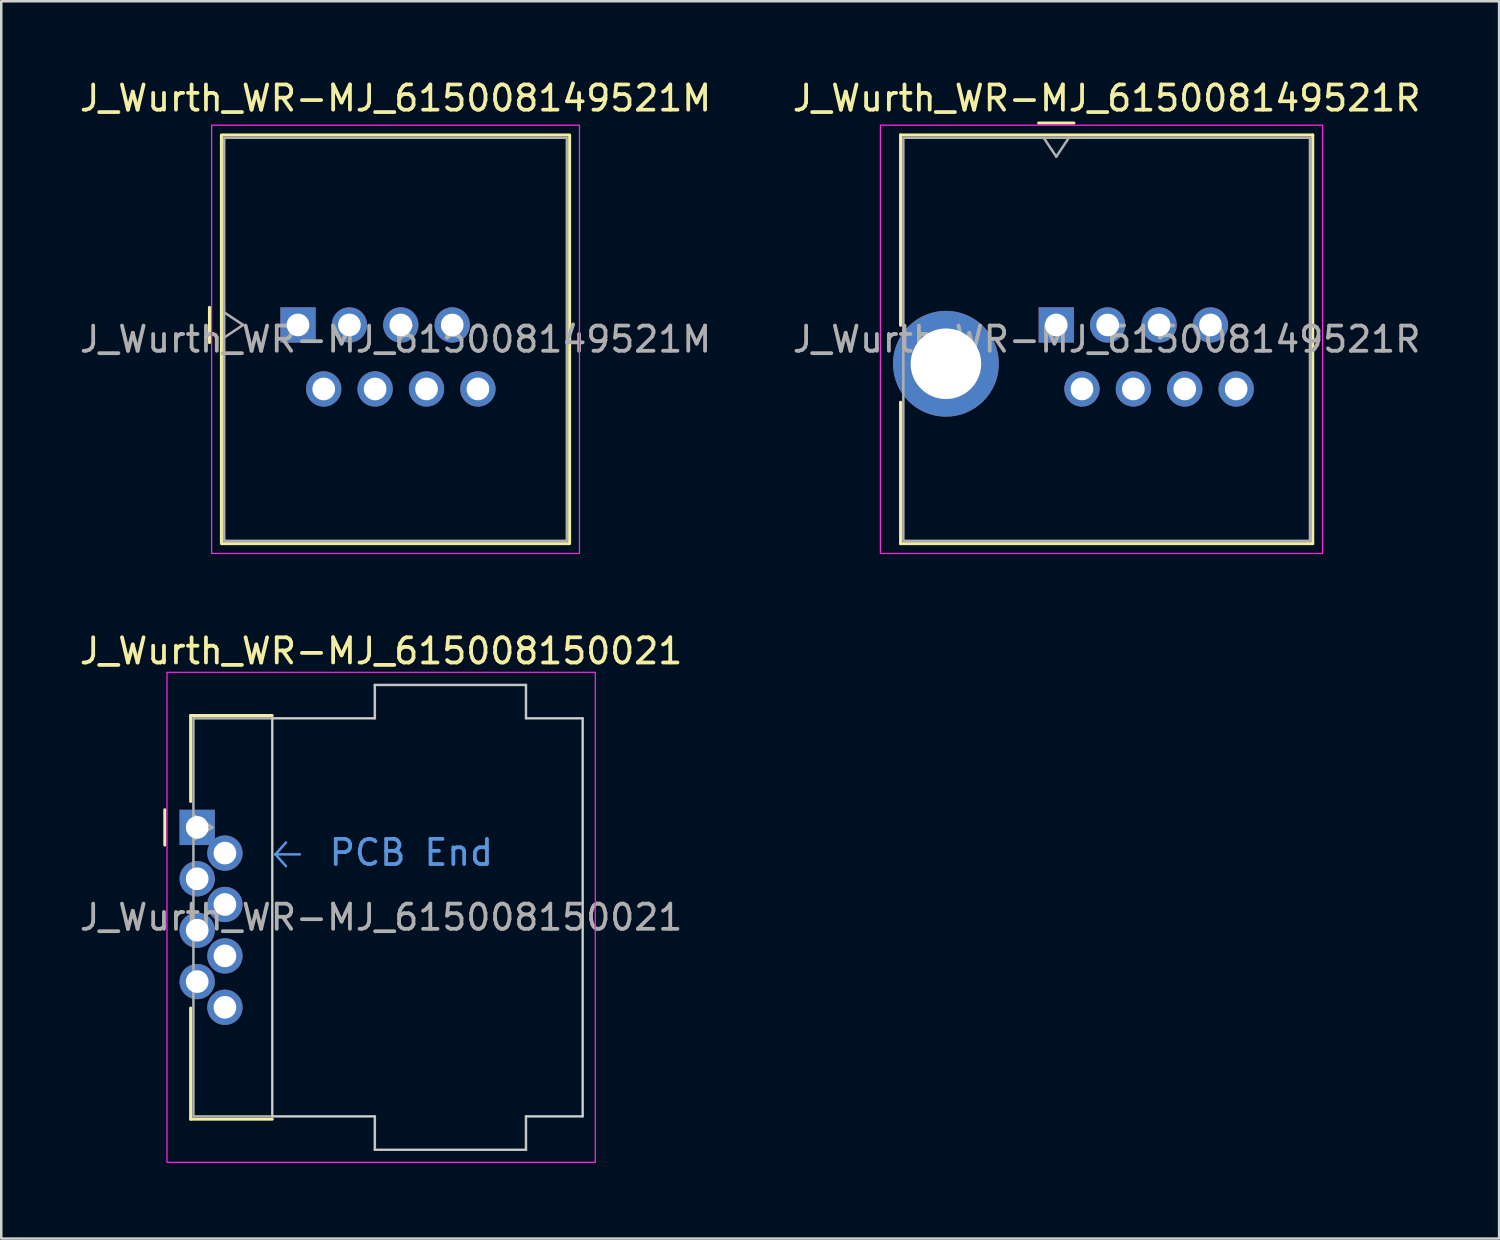
<source format=kicad_pcb>
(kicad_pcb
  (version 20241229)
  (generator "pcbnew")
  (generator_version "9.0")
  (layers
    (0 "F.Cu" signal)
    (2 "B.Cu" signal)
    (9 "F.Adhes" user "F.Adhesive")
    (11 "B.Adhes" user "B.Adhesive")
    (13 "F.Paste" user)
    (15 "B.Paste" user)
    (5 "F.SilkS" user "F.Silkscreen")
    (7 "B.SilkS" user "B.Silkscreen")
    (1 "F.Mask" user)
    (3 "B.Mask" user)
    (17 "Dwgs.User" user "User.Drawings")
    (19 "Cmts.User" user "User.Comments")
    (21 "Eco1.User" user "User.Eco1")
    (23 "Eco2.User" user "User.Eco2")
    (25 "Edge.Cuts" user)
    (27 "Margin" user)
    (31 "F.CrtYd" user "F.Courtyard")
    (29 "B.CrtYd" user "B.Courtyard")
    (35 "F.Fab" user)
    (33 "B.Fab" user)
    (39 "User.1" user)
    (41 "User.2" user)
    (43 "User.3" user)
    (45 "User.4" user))
  (footprint "J_Wurth_WR-MJ_615008149521M"
    (layer "F.Cu")
    (at 8.779 9.848)
    (property "Reference" "J_Wurth_WR-MJ_615008149521M" (at 3.87 -9 0) (unlocked yes) (layer "F.SilkS") (effects (font (size 1 1) (thickness 0.15))))
    (attr through_hole)
    (fp_line (start -3.515 -0.7) (end -3.515 0.7) (stroke (width 0.12) (type solid)) (layer "F.SilkS"))
    (fp_rect (start -3.04 -7.54) (end 10.78 8.68) (stroke (width 0.12) (type solid)) (fill no) (layer "F.SilkS"))
    (fp_rect (start -3.43 -7.93) (end 11.17 9.07) (stroke (width 0.05) (type default)) (fill no) (layer "F.CrtYd"))
    (fp_line (start -2.18 0) (end -2.93 -0.5) (stroke (width 0.1) (type solid)) (layer "F.Fab"))
    (fp_line (start -2.18 0) (end -2.93 0.5) (stroke (width 0.1) (type solid)) (layer "F.Fab"))
    (fp_rect (start -2.93 -7.43) (end 10.67 8.57) (stroke (width 0.1) (type solid)) (fill no) (layer "F.Fab"))
    (fp_text user "${REFERENCE}" (at 3.87 0.57 0) (unlocked yes) (layer "F.Fab") (effects (font (size 1 1) (thickness 0.15))))
    (pad "1" thru_hole rect (at 0 0 180) (size 1.4 1.4) (drill 0.9) (layers "*.Cu" "*.Mask"))
    (pad "2" thru_hole circle (at 1.02 2.54 180) (size 1.4 1.4) (drill 0.9) (layers "*.Cu" "*.Mask"))
    (pad "3" thru_hole circle (at 2.04 0 180) (size 1.4 1.4) (drill 0.9) (layers "*.Cu" "*.Mask"))
    (pad "4" thru_hole circle (at 3.06 2.54 180) (size 1.4 1.4) (drill 0.9) (layers "*.Cu" "*.Mask"))
    (pad "5" thru_hole circle (at 4.08 0 180) (size 1.4 1.4) (drill 0.9) (layers "*.Cu" "*.Mask"))
    (pad "6" thru_hole circle (at 5.1 2.54 180) (size 1.4 1.4) (drill 0.9) (layers "*.Cu" "*.Mask"))
    (pad "7" thru_hole circle (at 6.12 0 180) (size 1.4 1.4) (drill 0.9) (layers "*.Cu" "*.Mask"))
    (pad "8" thru_hole circle (at 7.14 2.54 180) (size 1.4 1.4) (drill 0.9) (layers "*.Cu" "*.Mask")))
  (footprint "J_Wurth_WR-MJ_615008149521R"
    (layer "F.Cu")
    (at 38.875 9.848)
    (property "Reference" "J_Wurth_WR-MJ_615008149521R" (at 2 -9 0) (unlocked yes) (layer "F.SilkS") (effects (font (size 1 1) (thickness 0.15))))
    (attr through_hole)
    (fp_line (start -6.18 0.014) (end -6.18 -7.54) (stroke (width 0.12) (type solid)) (layer "F.SilkS"))
    (fp_line (start -6.18 3.066) (end -6.18 8.68) (stroke (width 0.12) (type solid)) (layer "F.SilkS"))
    (fp_line (start 0.7 -8.015) (end -0.7 -8.015) (stroke (width 0.12) (type solid)) (layer "F.SilkS"))
    (fp_line (start 10.18 -7.54) (end -6.18 -7.54) (stroke (width 0.12) (type solid)) (layer "F.SilkS"))
    (fp_line (start 10.18 8.68) (end -6.18 8.68) (stroke (width 0.12) (type solid)) (layer "F.SilkS"))
    (fp_line (start 10.18 8.68) (end 10.18 -7.54) (stroke (width 0.12) (type solid)) (layer "F.SilkS"))
    (fp_rect (start -6.98 -7.93) (end 10.57 9.07) (stroke (width 0.05) (type solid)) (fill no) (layer "F.CrtYd"))
    (fp_line (start 0 -6.68) (end -0.5 -7.43) (stroke (width 0.1) (type solid)) (layer "F.Fab"))
    (fp_line (start 0 -6.68) (end 0.5 -7.43) (stroke (width 0.1) (type solid)) (layer "F.Fab"))
    (fp_rect (start -6.07 -7.43) (end 10.07 8.57) (stroke (width 0.1) (type solid)) (fill no) (layer "F.Fab"))
    (fp_text user "${REFERENCE}" (at 2 0.57 0) (unlocked yes) (layer "F.Fab") (effects (font (size 1 1) (thickness 0.15))))
    (pad "1" thru_hole rect (at 0 0 180) (size 1.4 1.4) (drill 0.9) (layers "*.Cu" "*.Mask"))
    (pad "2" thru_hole circle (at 1.02 2.54 180) (size 1.4 1.4) (drill 0.9) (layers "*.Cu" "*.Mask"))
    (pad "3" thru_hole circle (at 2.04 0 180) (size 1.4 1.4) (drill 0.9) (layers "*.Cu" "*.Mask"))
    (pad "4" thru_hole circle (at 3.06 2.54 180) (size 1.4 1.4) (drill 0.9) (layers "*.Cu" "*.Mask"))
    (pad "5" thru_hole circle (at 4.08 0 180) (size 1.4 1.4) (drill 0.9) (layers "*.Cu" "*.Mask"))
    (pad "6" thru_hole circle (at 5.1 2.54 180) (size 1.4 1.4) (drill 0.9) (layers "*.Cu" "*.Mask"))
    (pad "7" thru_hole circle (at 6.12 0 180) (size 1.4 1.4) (drill 0.9) (layers "*.Cu" "*.Mask"))
    (pad "8" thru_hole circle (at 7.14 2.54 180) (size 1.4 1.4) (drill 0.9) (layers "*.Cu" "*.Mask"))
    (pad "S1" thru_hole circle (at -4.38 1.54 180) (size 4.2 4.2) (drill 2.8) (layers "*.Cu" "*.Mask")))
  (footprint "J_Wurth_WR-MJ_615008150021"
    (layer "F.Cu")
    (at 4.777 29.791)
    (property "Reference" "J_Wurth_WR-MJ_615008150021" (at 7.3 -7 0) (unlocked yes) (layer "F.SilkS") (effects (font (size 1 1) (thickness 0.15))))
    (attr through_hole)
    (fp_line (start -1.285 -0.7) (end -1.285 0.7) (stroke (width 0.12) (type solid)) (layer "F.SilkS"))
    (fp_line (start -0.26 -1.03) (end -0.26 -4.44) (stroke (width 0.12) (type solid)) (layer "F.SilkS"))
    (fp_line (start -0.26 7.17) (end -0.26 11.58) (stroke (width 0.12) (type solid)) (layer "F.SilkS"))
    (fp_line (start 2.98 -4.44) (end -0.26 -4.44) (stroke (width 0.12) (type solid)) (layer "F.SilkS"))
    (fp_line (start 2.98 11.58) (end -0.26 11.58) (stroke (width 0.12) (type solid)) (layer "F.SilkS"))
    (fp_line (start 3.105 1.07) (end 3.525 0.6) (stroke (width 0.1) (type solid)) (layer "Cmts.User"))
    (fp_line (start 3.105 1.07) (end 3.525 1.54) (stroke (width 0.1) (type solid)) (layer "Cmts.User"))
    (fp_line (start 3.105 1.07) (end 4.075 1.07) (stroke (width 0.1) (type solid)) (layer "Cmts.User"))
    (fp_line (start 2.98 -4.33) (end 7.05 -4.33) (stroke (width 0.05) (type solid)) (layer "Edge.Cuts"))
    (fp_line (start 2.98 11.47) (end 2.98 -4.33) (stroke (width 0.05) (type solid)) (layer "Edge.Cuts"))
    (fp_line (start 7.05 -5.655) (end 13.05 -5.655) (stroke (width 0.05) (type solid)) (layer "Edge.Cuts"))
    (fp_line (start 7.05 -4.33) (end 7.05 -5.655) (stroke (width 0.05) (type solid)) (layer "Edge.Cuts"))
    (fp_line (start 7.05 11.47) (end 2.98 11.47) (stroke (width 0.05) (type solid)) (layer "Edge.Cuts"))
    (fp_line (start 7.05 11.47) (end 7.05 12.795) (stroke (width 0.05) (type solid)) (layer "Edge.Cuts"))
    (fp_line (start 7.05 12.795) (end 13.05 12.795) (stroke (width 0.05) (type solid)) (layer "Edge.Cuts"))
    (fp_line (start 13.05 -5.655) (end 13.05 -4.33) (stroke (width 0.05) (type solid)) (layer "Edge.Cuts"))
    (fp_line (start 13.05 11.47) (end 15.3 11.47) (stroke (width 0.05) (type solid)) (layer "Edge.Cuts"))
    (fp_line (start 13.05 12.795) (end 13.05 11.47) (stroke (width 0.05) (type solid)) (layer "Edge.Cuts"))
    (fp_line (start 15.3 -4.33) (end 13.05 -4.33) (stroke (width 0.05) (type solid)) (layer "Edge.Cuts"))
    (fp_line (start 15.3 11.47) (end 15.3 -4.33) (stroke (width 0.05) (type solid)) (layer "Edge.Cuts"))
    (fp_rect (start -1.2 -6.155) (end 15.8 13.295) (stroke (width 0.05) (type solid)) (fill no) (layer "F.CrtYd"))
    (fp_line (start -0.15 -4.33) (end 2.98 -4.33) (stroke (width 0.1) (type solid)) (layer "F.Fab"))
    (fp_line (start -0.15 11.47) (end -0.15 -4.33) (stroke (width 0.1) (type solid)) (layer "F.Fab"))
    (fp_line (start 0.6 0) (end -0.15 -0.5) (stroke (width 0.1) (type solid)) (layer "F.Fab"))
    (fp_line (start 0.6 0) (end -0.15 0.5) (stroke (width 0.1) (type solid)) (layer "F.Fab"))
    (fp_line (start 2.98 -4.33) (end 7.05 -4.33) (stroke (width 0.1) (type solid)) (layer "F.Fab"))
    (fp_line (start 2.98 11.47) (end -0.15 11.47) (stroke (width 0.1) (type solid)) (layer "F.Fab"))
    (fp_line (start 2.98 11.47) (end 2.98 -4.33) (stroke (width 0.1) (type solid)) (layer "F.Fab"))
    (fp_line (start 7.05 -5.655) (end 13.05 -5.655) (stroke (width 0.1) (type solid)) (layer "F.Fab"))
    (fp_line (start 7.05 -4.33) (end 7.05 -5.655) (stroke (width 0.1) (type solid)) (layer "F.Fab"))
    (fp_line (start 7.05 11.47) (end 2.98 11.47) (stroke (width 0.1) (type solid)) (layer "F.Fab"))
    (fp_line (start 7.05 11.47) (end 7.05 12.795) (stroke (width 0.1) (type solid)) (layer "F.Fab"))
    (fp_line (start 7.05 12.795) (end 13.05 12.795) (stroke (width 0.1) (type solid)) (layer "F.Fab"))
    (fp_line (start 13.05 -5.655) (end 13.05 -4.33) (stroke (width 0.1) (type solid)) (layer "F.Fab"))
    (fp_line (start 13.05 11.47) (end 15.3 11.47) (stroke (width 0.1) (type solid)) (layer "F.Fab"))
    (fp_line (start 13.05 12.795) (end 13.05 11.47) (stroke (width 0.1) (type solid)) (layer "F.Fab"))
    (fp_line (start 15.3 -4.33) (end 13.05 -4.33) (stroke (width 0.1) (type solid)) (layer "F.Fab"))
    (fp_line (start 15.3 11.47) (end 15.3 -4.33) (stroke (width 0.1) (type solid)) (layer "F.Fab"))
    (fp_text user "PCB End" (at 8.5 1 0) (unlocked yes) (layer "Cmts.User") (effects (font (size 1 1) (thickness 0.15))))
    (fp_text user "${REFERENCE}" (at 7.3 3.57 0) (unlocked yes) (layer "F.Fab") (effects (font (size 1 1) (thickness 0.15))))
    (pad "1" thru_hole rect (at 0 0 90) (size 1.4 1.4) (drill 0.9) (layers "*.Cu" "*.Mask"))
    (pad "2" thru_hole circle (at 1.1 1.02 90) (size 1.4 1.4) (drill 0.9) (layers "*.Cu" "*.Mask"))
    (pad "3" thru_hole circle (at 0 2.04 90) (size 1.4 1.4) (drill 0.9) (layers "*.Cu" "*.Mask"))
    (pad "4" thru_hole circle (at 1.1 3.06 90) (size 1.4 1.4) (drill 0.9) (layers "*.Cu" "*.Mask"))
    (pad "5" thru_hole circle (at 0 4.08 90) (size 1.4 1.4) (drill 0.9) (layers "*.Cu" "*.Mask"))
    (pad "6" thru_hole circle (at 1.1 5.1 90) (size 1.4 1.4) (drill 0.9) (layers "*.Cu" "*.Mask"))
    (pad "7" thru_hole circle (at 0 6.12 90) (size 1.4 1.4) (drill 0.9) (layers "*.Cu" "*.Mask"))
    (pad "8" thru_hole circle (at 1.1 7.14 90) (size 1.4 1.4) (drill 0.9) (layers "*.Cu" "*.Mask")))
  (gr_rect
    (start -3 -3)
    (end 56.452 46.111)
    (stroke (width 0.1) (type default))
    (fill no)
    (layer "Edge.Cuts")))
</source>
